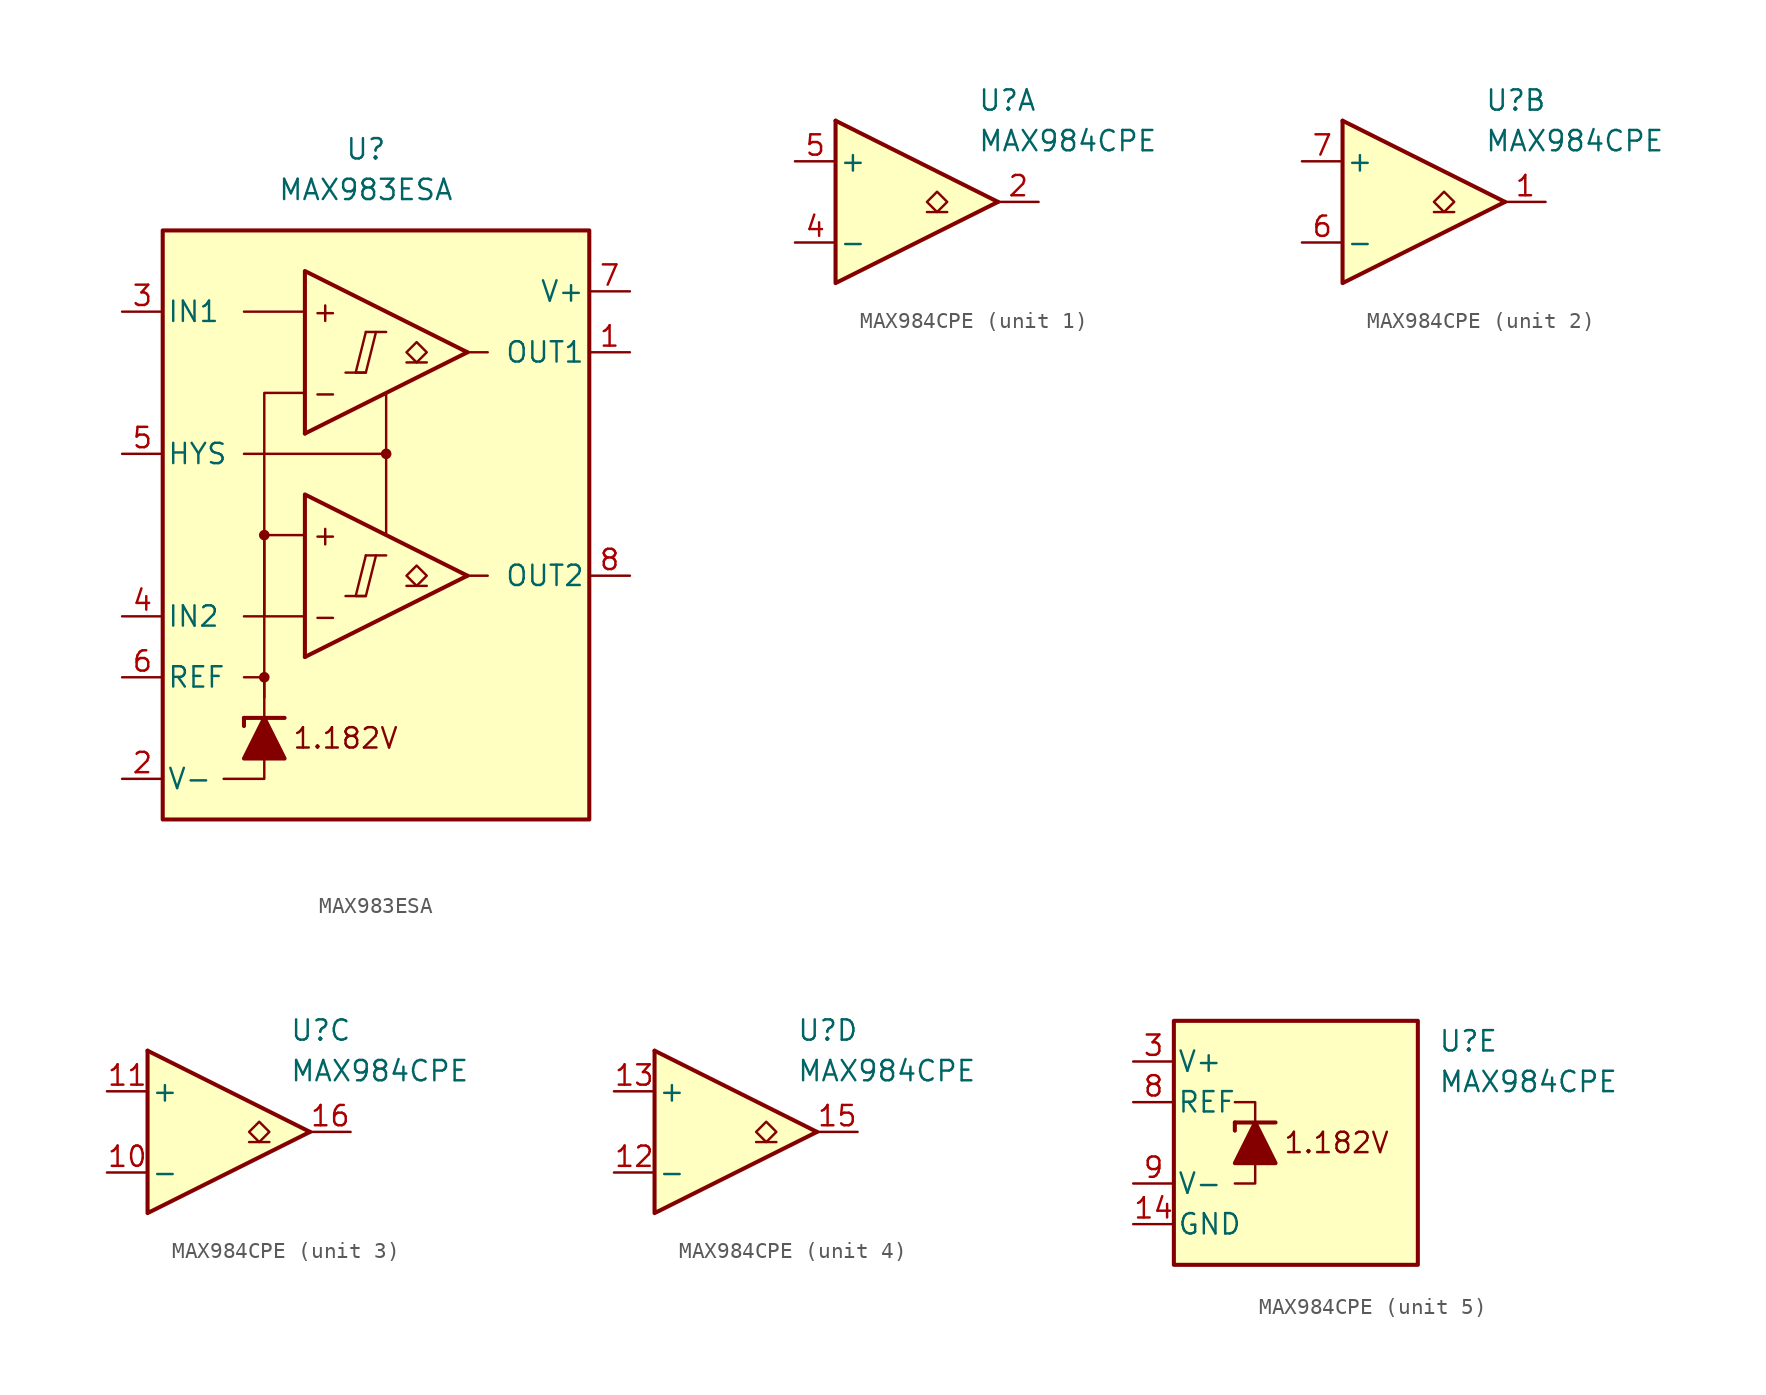
<source format=kicad_sym>
(kicad_symbol_lib
  (version 20231120)
  (generator "kicad_symbol_editor")
  (generator_version "8.0")
  (symbol "MAX983ESA"
    (pin_names
      (offset 0.254))
    (property "Reference" "U"
      (at -1.27 22.86 0)
      (effects (font (size 1.27 1.27))))
    (property "Value" "MAX983ESA"
      (at -1.27 20.32 0)
      (effects (font (size 1.27 1.27))))
    (symbol "MAX983ESA_0_0"
      (rectangle (start -13.97 17.78) (end 12.7 -19.05) (stroke (width 0.254) (type default)) (fill (type background)))
      (circle (center -7.62 -10.16) (radius 0.254) (stroke (width 0.152) (type default)) (fill (type outline)))
      (circle (center -7.62 -1.27) (radius 0.254) (stroke (width 0.152) (type default)) (fill (type outline)))
      (polyline (pts (xy -2.54 -5.08) (xy -1.27 -5.08)) (stroke (width 0.152) (type default)) (fill (type none)))
      (polyline (pts (xy -2.54 8.89) (xy -1.27 8.89)) (stroke (width 0.152) (type default)) (fill (type none)))
      (polyline (pts (xy -1.27 -2.54) (xy 0 -2.54)) (stroke (width 0.152) (type default)) (fill (type none)))
      (polyline (pts (xy -1.27 11.43) (xy 0 11.43)) (stroke (width 0.152) (type default)) (fill (type none)))
      (polyline (pts (xy 5.08 -3.81) (xy -5.08 -8.89)) (stroke (width 0.254) (type default)) (fill (type none)))
      (polyline (pts (xy 5.08 10.16) (xy -5.08 5.08)) (stroke (width 0.254) (type default)) (fill (type none)))
      (polyline (pts (xy 5.08 -3.81) (xy -5.08 1.27) (xy -5.08 -8.89)) (stroke (width 0.254) (type default)) (fill (type background)))
      (polyline (pts (xy 5.08 10.16) (xy -5.08 15.24) (xy -5.08 5.08)) (stroke (width 0.254) (type default)) (fill (type background)))
      (polyline (pts (xy -1.27 -2.54) (xy -1.905 -5.08) (xy -1.27 -5.08) (xy -0.635 -2.54)) (stroke (width 0.152) (type default)) (fill (type none)))
      (polyline (pts (xy -1.27 11.43) (xy -1.905 8.89) (xy -1.27 8.89) (xy -0.635 11.43)) (stroke (width 0.152) (type default)) (fill (type none)))
      (circle (center 0 3.81) (radius 0.254) (stroke (width 0.152) (type default)) (fill (type outline)))
      (text "+" (at -3.81 -1.27 0) (effects (font (size 1.27 1.27))))
      (text "+" (at -3.81 12.7 0) (effects (font (size 1.27 1.27))))
      (text "-" (at -3.81 -6.35 0) (effects (font (size 1.27 1.27))))
      (text "-" (at -3.81 7.62 0) (effects (font (size 1.27 1.27))))
      (text "1.182V" (at -2.54 -13.97 0) (effects (font (size 1.27 1.27)))))
    (symbol "MAX983ESA_0_1"
      (polyline (pts (xy -8.89 -12.7) (xy -8.89 -13.208)) (stroke (width 0.254) (type default)) (fill (type none)))
      (polyline (pts (xy -8.89 -12.7) (xy -6.35 -12.7)) (stroke (width 0.254) (type default)) (fill (type none)))
      (polyline (pts (xy -5.08 -6.35) (xy -8.89 -6.35)) (stroke (width 0) (type default)) (fill (type none)))
      (polyline (pts (xy -5.08 12.7) (xy -8.89 12.7)) (stroke (width 0) (type default)) (fill (type none)))
      (polyline (pts (xy 0 3.81) (xy 0 -1.27)) (stroke (width 0) (type default)) (fill (type none)))
      (polyline (pts (xy 5.08 -3.81) (xy 6.35 -3.81)) (stroke (width 0) (type default)) (fill (type none)))
      (polyline (pts (xy 5.08 10.16) (xy 6.35 10.16)) (stroke (width 0) (type default)) (fill (type none)))
      (polyline (pts (xy -7.62 -15.24) (xy -7.62 -16.51) (xy -10.16 -16.51)) (stroke (width 0) (type default)) (fill (type none)))
      (polyline (pts (xy -7.62 -12.7) (xy -7.62 -10.16) (xy -8.89 -10.16)) (stroke (width 0) (type default)) (fill (type none)))
      (polyline (pts (xy -7.62 -11.43) (xy -7.62 -1.27) (xy -5.08 -1.27)) (stroke (width 0) (type default)) (fill (type none)))
      (polyline (pts (xy -7.62 -6.35) (xy -7.62 7.62) (xy -5.08 7.62)) (stroke (width 0) (type default)) (fill (type none)))
      (polyline (pts (xy 0 7.62) (xy 0 3.81) (xy -8.89 3.81)) (stroke (width 0) (type default)) (fill (type none)))
      (polyline (pts (xy -6.35 -15.24) (xy -8.89 -15.24) (xy -7.62 -12.7) (xy -6.35 -15.24)) (stroke (width 0.254) (type default)) (fill (type outline))))
    (symbol "MAX983ESA_1_1"
      (polyline (pts (xy 2.54 -4.445) (xy 1.27 -4.445)) (stroke (width 0.152) (type default)) (fill (type none)))
      (polyline (pts (xy 2.54 9.525) (xy 1.27 9.525)) (stroke (width 0.152) (type default)) (fill (type none)))
      (polyline (pts (xy 1.905 -4.445) (xy 1.27 -3.81) (xy 1.905 -3.175) (xy 2.54 -3.81) (xy 1.905 -4.445)) (stroke (width 0.152) (type default)) (fill (type none)))
      (polyline (pts (xy 1.905 9.525) (xy 1.27 10.16) (xy 1.905 10.795) (xy 2.54 10.16) (xy 1.905 9.525)) (stroke (width 0.152) (type default)) (fill (type none)))
      (pin output line (at 15.24 10.16 180) (length 2.54) (name "OUT1" (effects (font (size 1.27 1.27)))) (number "1" (effects (font (size 1.27 1.27)))))
      (pin power_in line (at -16.51 -16.51 0) (length 2.54) (name "V-" (effects (font (size 1.27 1.27)))) (number "2" (effects (font (size 1.27 1.27)))))
      (pin input line (at -16.51 12.7 0) (length 2.54) (name "IN1" (effects (font (size 1.27 1.27)))) (number "3" (effects (font (size 1.27 1.27)))))
      (pin input line (at -16.51 -6.35 0) (length 2.54) (name "IN2" (effects (font (size 1.27 1.27)))) (number "4" (effects (font (size 1.27 1.27)))))
      (pin input line (at -16.51 3.81 0) (length 2.54) (name "HYS" (effects (font (size 1.27 1.27)))) (number "5" (effects (font (size 1.27 1.27)))))
      (pin output line (at -16.51 -10.16 0) (length 2.54) (name "REF" (effects (font (size 1.27 1.27)))) (number "6" (effects (font (size 1.27 1.27)))))
      (pin power_in line (at 15.24 13.97 180) (length 2.54) (name "V+" (effects (font (size 1.27 1.27)))) (number "7" (effects (font (size 1.27 1.27)))))
      (pin output line (at 15.24 -3.81 180) (length 2.54) (name "OUT2" (effects (font (size 1.27 1.27)))) (number "8" (effects (font (size 1.27 1.27)))))))
  (symbol "MAX984CPE"
    (pin_names
      (offset 0.2))
    (property "Reference" "U"
      (at 5.08 6.35 0)
      (effects (font (size 1.27 1.27)) (justify left)))
    (property "Value" "MAX984CPE"
      (at 5.08 3.81 0)
      (effects (font (size 1.27 1.27)) (justify left)))
    (property "ki_locked" ""
      (at 0 0 0)
      (effects (font (size 1.27 1.27))))
    (symbol "MAX984CPE_1_1"
      (polyline (pts (xy -3.81 5.08) (xy 6.35 0)) (stroke (width 0.254) (type default)) (fill (type none)))
      (polyline (pts (xy 3.175 -0.635) (xy 1.905 -0.635)) (stroke (width 0.152) (type default)) (fill (type none)))
      (polyline (pts (xy -3.81 5.08) (xy -3.81 -5.08) (xy 6.35 0)) (stroke (width 0.254) (type default)) (fill (type background)))
      (polyline (pts (xy 2.54 -0.635) (xy 1.905 0) (xy 2.54 0.635) (xy 3.175 0) (xy 2.54 -0.635)) (stroke (width 0.152) (type default)) (fill (type none)))
      (pin output line (at 8.89 0 180) (length 2.54) (name "~" (effects (font (size 1.27 1.27)))) (number "2" (effects (font (size 1.27 1.27)))))
      (pin input line (at -6.35 -2.54 0) (length 2.54) (name "-" (effects (font (size 1.27 1.27)))) (number "4" (effects (font (size 1.27 1.27)))))
      (pin input line (at -6.35 2.54 0) (length 2.54) (name "+" (effects (font (size 1.27 1.27)))) (number "5" (effects (font (size 1.27 1.27))))))
    (symbol "MAX984CPE_2_1"
      (polyline (pts (xy -3.81 5.08) (xy 6.35 0)) (stroke (width 0.254) (type default)) (fill (type none)))
      (polyline (pts (xy 3.175 -0.635) (xy 1.905 -0.635)) (stroke (width 0.152) (type default)) (fill (type none)))
      (polyline (pts (xy -3.81 5.08) (xy -3.81 -5.08) (xy 6.35 0)) (stroke (width 0.254) (type default)) (fill (type background)))
      (polyline (pts (xy 2.54 -0.635) (xy 1.905 0) (xy 2.54 0.635) (xy 3.175 0) (xy 2.54 -0.635)) (stroke (width 0.152) (type default)) (fill (type none)))
      (pin output line (at 8.89 0 180) (length 2.54) (name "~" (effects (font (size 1.27 1.27)))) (number "1" (effects (font (size 1.27 1.27)))))
      (pin input line (at -6.35 -2.54 0) (length 2.54) (name "-" (effects (font (size 1.27 1.27)))) (number "6" (effects (font (size 1.27 1.27)))))
      (pin input line (at -6.35 2.54 0) (length 2.54) (name "+" (effects (font (size 1.27 1.27)))) (number "7" (effects (font (size 1.27 1.27))))))
    (symbol "MAX984CPE_3_1"
      (polyline (pts (xy -3.81 5.08) (xy 6.35 0)) (stroke (width 0.254) (type default)) (fill (type none)))
      (polyline (pts (xy 3.81 -0.635) (xy 2.54 -0.635)) (stroke (width 0.152) (type default)) (fill (type none)))
      (polyline (pts (xy -3.81 5.08) (xy -3.81 -5.08) (xy 6.35 0)) (stroke (width 0.254) (type default)) (fill (type background)))
      (polyline (pts (xy 3.175 -0.635) (xy 2.54 0) (xy 3.175 0.635) (xy 3.81 0) (xy 3.175 -0.635)) (stroke (width 0.152) (type default)) (fill (type none)))
      (pin input line (at -6.35 -2.54 0) (length 2.54) (name "-" (effects (font (size 1.27 1.27)))) (number "10" (effects (font (size 1.27 1.27)))))
      (pin input line (at -6.35 2.54 0) (length 2.54) (name "+" (effects (font (size 1.27 1.27)))) (number "11" (effects (font (size 1.27 1.27)))))
      (pin output line (at 8.89 0 180) (length 2.54) (name "~" (effects (font (size 1.27 1.27)))) (number "16" (effects (font (size 1.27 1.27))))))
    (symbol "MAX984CPE_4_1"
      (polyline (pts (xy -3.81 5.08) (xy 6.35 0)) (stroke (width 0.254) (type default)) (fill (type none)))
      (polyline (pts (xy 3.81 -0.635) (xy 2.54 -0.635)) (stroke (width 0.152) (type default)) (fill (type none)))
      (polyline (pts (xy -3.81 5.08) (xy -3.81 -5.08) (xy 6.35 0)) (stroke (width 0.254) (type default)) (fill (type background)))
      (polyline (pts (xy 3.175 -0.635) (xy 2.54 0) (xy 3.175 0.635) (xy 3.81 0) (xy 3.175 -0.635)) (stroke (width 0.152) (type default)) (fill (type none)))
      (pin input line (at -6.35 -2.54 0) (length 2.54) (name "-" (effects (font (size 1.27 1.27)))) (number "12" (effects (font (size 1.27 1.27)))))
      (pin input line (at -6.35 2.54 0) (length 2.54) (name "+" (effects (font (size 1.27 1.27)))) (number "13" (effects (font (size 1.27 1.27)))))
      (pin output line (at 8.89 0 180) (length 2.54) (name "~" (effects (font (size 1.27 1.27)))) (number "15" (effects (font (size 1.27 1.27))))))
    (symbol "MAX984CPE_5_0"
      (text "1.182V" (at -1.27 0 0) (effects (font (size 1.27 1.27)))))
    (symbol "MAX984CPE_5_1"
      (rectangle (start -11.43 7.62) (end 3.81 -7.62) (stroke (width 0.254) (type default)) (fill (type background)))
      (polyline (pts (xy -7.62 1.27) (xy -7.62 0.762)) (stroke (width 0.254) (type default)) (fill (type none)))
      (polyline (pts (xy -7.62 1.27) (xy -5.08 1.27)) (stroke (width 0.254) (type default)) (fill (type none)))
      (polyline (pts (xy -6.35 -1.27) (xy -6.35 -2.54) (xy -7.62 -2.54)) (stroke (width 0) (type default)) (fill (type none)))
      (polyline (pts (xy -6.35 1.27) (xy -6.35 2.54) (xy -7.62 2.54)) (stroke (width 0) (type default)) (fill (type none)))
      (polyline (pts (xy -5.08 -1.27) (xy -7.62 -1.27) (xy -6.35 1.27) (xy -5.08 -1.27)) (stroke (width 0.254) (type default)) (fill (type outline)))
      (pin power_in line (at -13.97 -5.08 0) (length 2.54) (name "GND" (effects (font (size 1.27 1.27)))) (number "14" (effects (font (size 1.27 1.27)))))
      (pin power_in line (at -13.97 5.08 0) (length 2.54) (name "V+" (effects (font (size 1.27 1.27)))) (number "3" (effects (font (size 1.27 1.27)))))
      (pin output line (at -13.97 2.54 0) (length 2.54) (name "REF" (effects (font (size 1.27 1.27)))) (number "8" (effects (font (size 1.27 1.27)))))
      (pin power_in line (at -13.97 -2.54 0) (length 2.54) (name "V-" (effects (font (size 1.27 1.27)))) (number "9" (effects (font (size 1.27 1.27))))))))
</source>
